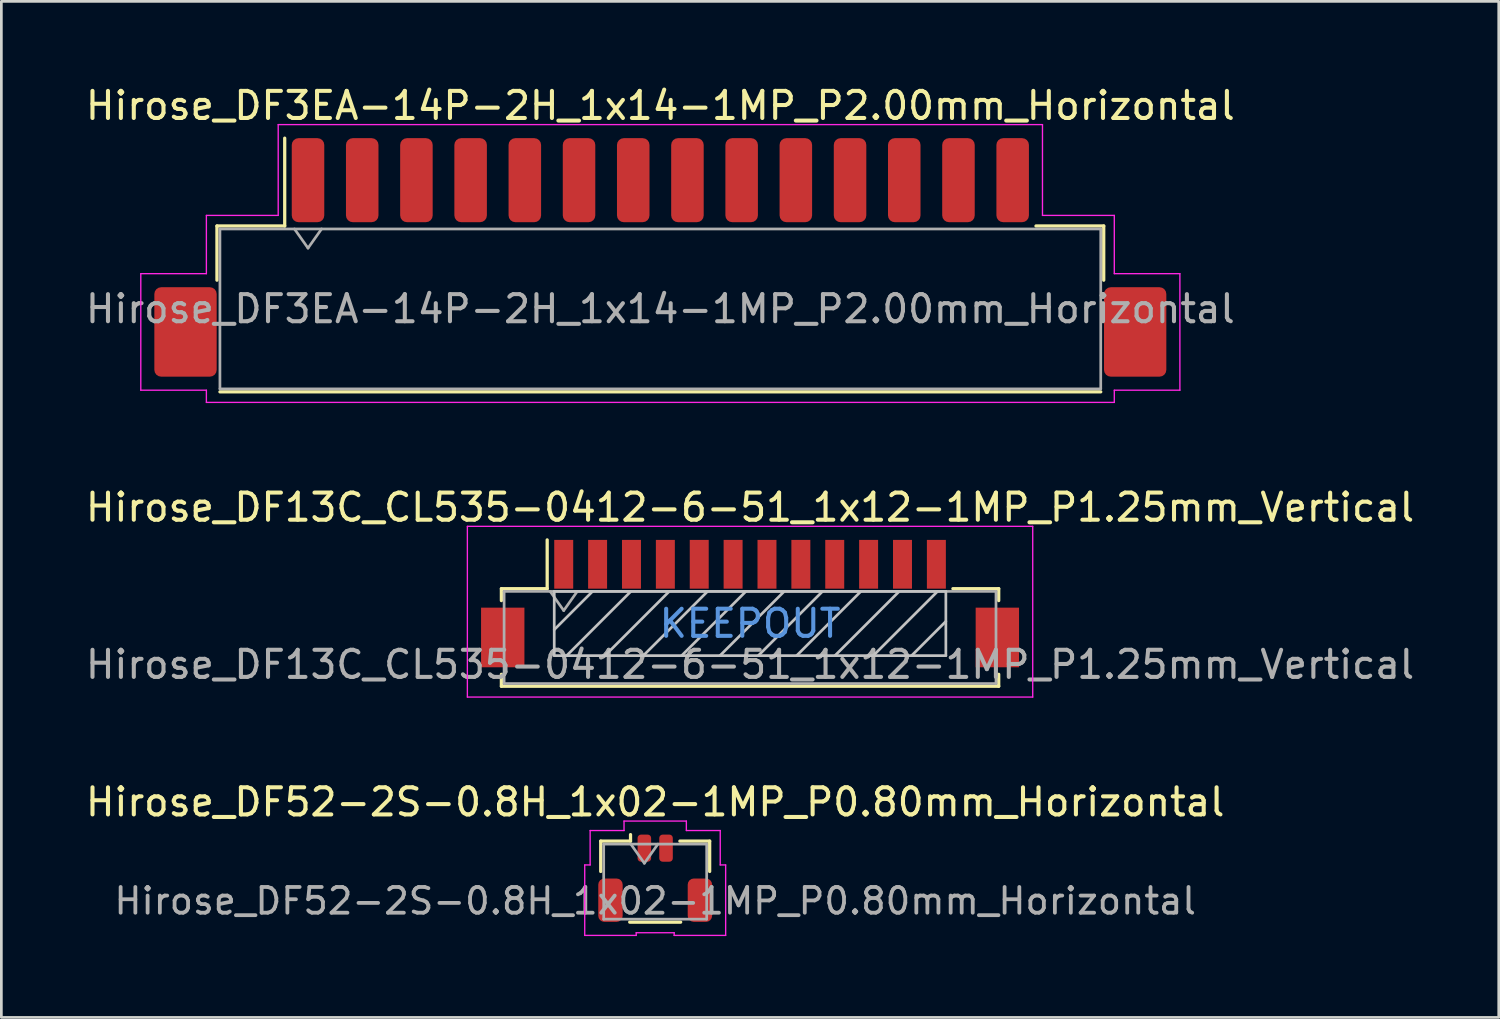
<source format=kicad_pcb>
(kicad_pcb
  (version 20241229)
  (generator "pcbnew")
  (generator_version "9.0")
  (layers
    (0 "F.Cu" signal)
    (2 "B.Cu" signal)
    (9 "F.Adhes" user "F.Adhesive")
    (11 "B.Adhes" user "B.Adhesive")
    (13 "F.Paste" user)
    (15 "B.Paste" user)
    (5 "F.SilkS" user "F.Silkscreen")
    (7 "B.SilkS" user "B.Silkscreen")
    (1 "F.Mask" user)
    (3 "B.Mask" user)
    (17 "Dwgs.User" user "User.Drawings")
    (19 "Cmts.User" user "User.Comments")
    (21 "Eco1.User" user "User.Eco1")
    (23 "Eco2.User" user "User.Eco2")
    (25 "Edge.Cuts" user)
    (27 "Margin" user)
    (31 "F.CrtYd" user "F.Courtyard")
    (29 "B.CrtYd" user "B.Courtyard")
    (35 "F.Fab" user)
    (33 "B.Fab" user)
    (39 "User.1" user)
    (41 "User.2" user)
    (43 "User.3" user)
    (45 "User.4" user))
  (footprint "Hirose_DF52-2S-0.8H_1x02-1MP_P0.80mm_Horizontal"
    (layer "F.Cu")
    (at 21.125 29.355)
    (property "Reference" "Hirose_DF52-2S-0.8H_1x02-1MP_P0.80mm_Horizontal" (at 0 -2.81 0) (layer "F.SilkS") (effects (font (size 1 1) (thickness 0.15))))
    (attr smd)
    (fp_line (start -2.01 -1.37) (end -0.91 -1.37) (stroke (width 0.12) (type solid)) (layer "F.SilkS"))
    (fp_line (start -2.01 -0.25) (end -2.01 -1.37) (stroke (width 0.12) (type solid)) (layer "F.SilkS"))
    (fp_line (start -0.94 1.62) (end 0.94 1.62) (stroke (width 0.12) (type solid)) (layer "F.SilkS"))
    (fp_line (start -0.91 -1.37) (end -0.91 -1.61) (stroke (width 0.12) (type solid)) (layer "F.SilkS"))
    (fp_line (start 2.01 -1.37) (end 0.91 -1.37) (stroke (width 0.12) (type solid)) (layer "F.SilkS"))
    (fp_line (start 2.01 -0.25) (end 2.01 -1.37) (stroke (width 0.12) (type solid)) (layer "F.SilkS"))
    (fp_line (start -2.6 -0.49) (end -2.4 -0.49) (stroke (width 0.05) (type solid)) (layer "F.CrtYd"))
    (fp_line (start -2.6 2.11) (end -2.6 -0.49) (stroke (width 0.05) (type solid)) (layer "F.CrtYd"))
    (fp_line (start -2.4 -1.76) (end -1.15 -1.76) (stroke (width 0.05) (type solid)) (layer "F.CrtYd"))
    (fp_line (start -2.4 -0.49) (end -2.4 -1.76) (stroke (width 0.05) (type solid)) (layer "F.CrtYd"))
    (fp_line (start -1.15 -2.11) (end 1.15 -2.11) (stroke (width 0.05) (type solid)) (layer "F.CrtYd"))
    (fp_line (start -1.15 -1.76) (end -1.15 -2.11) (stroke (width 0.05) (type solid)) (layer "F.CrtYd"))
    (fp_line (start -0.7 2.01) (end -0.7 2.11) (stroke (width 0.05) (type solid)) (layer "F.CrtYd"))
    (fp_line (start -0.7 2.11) (end -2.6 2.11) (stroke (width 0.05) (type solid)) (layer "F.CrtYd"))
    (fp_line (start 0.7 2.01) (end -0.7 2.01) (stroke (width 0.05) (type solid)) (layer "F.CrtYd"))
    (fp_line (start 0.7 2.11) (end 0.7 2.01) (stroke (width 0.05) (type solid)) (layer "F.CrtYd"))
    (fp_line (start 1.15 -2.11) (end 1.15 -1.76) (stroke (width 0.05) (type solid)) (layer "F.CrtYd"))
    (fp_line (start 1.15 -1.76) (end 2.4 -1.76) (stroke (width 0.05) (type solid)) (layer "F.CrtYd"))
    (fp_line (start 2.4 -1.76) (end 2.4 -0.49) (stroke (width 0.05) (type solid)) (layer "F.CrtYd"))
    (fp_line (start 2.4 -0.49) (end 2.6 -0.49) (stroke (width 0.05) (type solid)) (layer "F.CrtYd"))
    (fp_line (start 2.6 -0.49) (end 2.6 2.11) (stroke (width 0.05) (type solid)) (layer "F.CrtYd"))
    (fp_line (start 2.6 2.11) (end 0.7 2.11) (stroke (width 0.05) (type solid)) (layer "F.CrtYd"))
    (fp_line (start -1.9 -1.26) (end -1.9 1.51) (stroke (width 0.1) (type solid)) (layer "F.Fab"))
    (fp_line (start -1.9 -1.26) (end 1.9 -1.26) (stroke (width 0.1) (type solid)) (layer "F.Fab"))
    (fp_line (start -1.9 1.51) (end 1.9 1.51) (stroke (width 0.1) (type solid)) (layer "F.Fab"))
    (fp_line (start -0.9 -1.26) (end -0.4 -0.553) (stroke (width 0.1) (type solid)) (layer "F.Fab"))
    (fp_line (start -0.4 -0.553) (end 0.1 -1.26) (stroke (width 0.1) (type solid)) (layer "F.Fab"))
    (fp_line (start 1.9 -1.26) (end 1.9 1.51) (stroke (width 0.1) (type solid)) (layer "F.Fab"))
    (fp_text user "${REFERENCE}" (at 0 0.84 0) (layer "F.Fab") (effects (font (size 0.95 0.95) (thickness 0.14))))
    (pad "1" smd roundrect (at -0.4 -1.11) (size 0.5 1) (layers "F.Cu" "F.Mask" "F.Paste") (roundrect_rratio 0.25))
    (pad "2" smd roundrect (at 0.4 -1.11) (size 0.5 1) (layers "F.Cu" "F.Mask" "F.Paste") (roundrect_rratio 0.25))
    (pad "MP" smd roundrect (at -1.65 0.81) (size 0.9 1.6) (layers "F.Cu" "F.Mask" "F.Paste") (roundrect_rratio 0.25))
    (pad "MP" smd roundrect (at 1.65 0.81) (size 0.9 1.6) (layers "F.Cu" "F.Mask" "F.Paste") (roundrect_rratio 0.25)))
  (footprint "Hirose_DF3EA-14P-2H_1x14-1MP_P2.00mm_Horizontal"
    (layer "F.Cu")
    (at 21.315 6.448)
    (property "Reference" "Hirose_DF3EA-14P-2H_1x14-1MP_P2.00mm_Horizontal" (at 0 -5.6 0) (layer "F.SilkS") (effects (font (size 1 1) (thickness 0.15))))
    (attr smd)
    (fp_line (start -16.36 -1.16) (end -13.86 -1.16) (stroke (width 0.12) (type solid)) (layer "F.SilkS"))
    (fp_line (start -16.36 0.84) (end -16.36 -1.16) (stroke (width 0.12) (type solid)) (layer "F.SilkS"))
    (fp_line (start -16.25 4.96) (end 16.25 4.96) (stroke (width 0.12) (type solid)) (layer "F.SilkS"))
    (fp_line (start -13.86 -1.16) (end -13.86 -4.4) (stroke (width 0.12) (type solid)) (layer "F.SilkS"))
    (fp_line (start 16.36 -1.16) (end 13.86 -1.16) (stroke (width 0.12) (type solid)) (layer "F.SilkS"))
    (fp_line (start 16.36 0.84) (end 16.36 -1.16) (stroke (width 0.12) (type solid)) (layer "F.SilkS"))
    (fp_line (start -19.17 0.6) (end -16.75 0.6) (stroke (width 0.05) (type solid)) (layer "F.CrtYd"))
    (fp_line (start -19.17 4.9) (end -19.17 0.6) (stroke (width 0.05) (type solid)) (layer "F.CrtYd"))
    (fp_line (start -16.75 -1.55) (end -14.1 -1.55) (stroke (width 0.05) (type solid)) (layer "F.CrtYd"))
    (fp_line (start -16.75 0.6) (end -16.75 -1.55) (stroke (width 0.05) (type solid)) (layer "F.CrtYd"))
    (fp_line (start -16.75 4.9) (end -19.17 4.9) (stroke (width 0.05) (type solid)) (layer "F.CrtYd"))
    (fp_line (start -16.75 5.35) (end -16.75 4.9) (stroke (width 0.05) (type solid)) (layer "F.CrtYd"))
    (fp_line (start -14.1 -4.9) (end 14.1 -4.9) (stroke (width 0.05) (type solid)) (layer "F.CrtYd"))
    (fp_line (start -14.1 -1.55) (end -14.1 -4.9) (stroke (width 0.05) (type solid)) (layer "F.CrtYd"))
    (fp_line (start 14.1 -4.9) (end 14.1 -1.55) (stroke (width 0.05) (type solid)) (layer "F.CrtYd"))
    (fp_line (start 14.1 -1.55) (end 16.75 -1.55) (stroke (width 0.05) (type solid)) (layer "F.CrtYd"))
    (fp_line (start 16.75 -1.55) (end 16.75 0.6) (stroke (width 0.05) (type solid)) (layer "F.CrtYd"))
    (fp_line (start 16.75 0.6) (end 19.17 0.6) (stroke (width 0.05) (type solid)) (layer "F.CrtYd"))
    (fp_line (start 16.75 4.9) (end 16.75 5.35) (stroke (width 0.05) (type solid)) (layer "F.CrtYd"))
    (fp_line (start 16.75 5.35) (end -16.75 5.35) (stroke (width 0.05) (type solid)) (layer "F.CrtYd"))
    (fp_line (start 19.17 0.6) (end 19.17 4.9) (stroke (width 0.05) (type solid)) (layer "F.CrtYd"))
    (fp_line (start 19.17 4.9) (end 16.75 4.9) (stroke (width 0.05) (type solid)) (layer "F.CrtYd"))
    (fp_line (start -16.25 -1.05) (end -16.25 4.85) (stroke (width 0.1) (type solid)) (layer "F.Fab"))
    (fp_line (start -16.25 -1.05) (end 16.25 -1.05) (stroke (width 0.1) (type solid)) (layer "F.Fab"))
    (fp_line (start -16.25 4.85) (end 16.25 4.85) (stroke (width 0.1) (type solid)) (layer "F.Fab"))
    (fp_line (start -13.5 -1.05) (end -13 -0.343) (stroke (width 0.1) (type solid)) (layer "F.Fab"))
    (fp_line (start -13 -0.343) (end -12.5 -1.05) (stroke (width 0.1) (type solid)) (layer "F.Fab"))
    (fp_line (start 16.25 -1.05) (end 16.25 4.85) (stroke (width 0.1) (type solid)) (layer "F.Fab"))
    (fp_text user "${REFERENCE}" (at 0 1.9 0) (layer "F.Fab") (effects (font (size 1 1) (thickness 0.15))))
    (pad "1" smd roundrect (at -13 -2.85) (size 1.2 3.1) (layers "F.Cu" "F.Mask" "F.Paste") (roundrect_rratio 0.208))
    (pad "2" smd roundrect (at -11 -2.85) (size 1.2 3.1) (layers "F.Cu" "F.Mask" "F.Paste") (roundrect_rratio 0.208))
    (pad "3" smd roundrect (at -9 -2.85) (size 1.2 3.1) (layers "F.Cu" "F.Mask" "F.Paste") (roundrect_rratio 0.208))
    (pad "4" smd roundrect (at -7 -2.85) (size 1.2 3.1) (layers "F.Cu" "F.Mask" "F.Paste") (roundrect_rratio 0.208))
    (pad "5" smd roundrect (at -5 -2.85) (size 1.2 3.1) (layers "F.Cu" "F.Mask" "F.Paste") (roundrect_rratio 0.208))
    (pad "6" smd roundrect (at -3 -2.85) (size 1.2 3.1) (layers "F.Cu" "F.Mask" "F.Paste") (roundrect_rratio 0.208))
    (pad "7" smd roundrect (at -1 -2.85) (size 1.2 3.1) (layers "F.Cu" "F.Mask" "F.Paste") (roundrect_rratio 0.208))
    (pad "8" smd roundrect (at 1 -2.85) (size 1.2 3.1) (layers "F.Cu" "F.Mask" "F.Paste") (roundrect_rratio 0.208))
    (pad "9" smd roundrect (at 3 -2.85) (size 1.2 3.1) (layers "F.Cu" "F.Mask" "F.Paste") (roundrect_rratio 0.208))
    (pad "10" smd roundrect (at 5 -2.85) (size 1.2 3.1) (layers "F.Cu" "F.Mask" "F.Paste") (roundrect_rratio 0.208))
    (pad "11" smd roundrect (at 7 -2.85) (size 1.2 3.1) (layers "F.Cu" "F.Mask" "F.Paste") (roundrect_rratio 0.208))
    (pad "12" smd roundrect (at 9 -2.85) (size 1.2 3.1) (layers "F.Cu" "F.Mask" "F.Paste") (roundrect_rratio 0.208))
    (pad "13" smd roundrect (at 11 -2.85) (size 1.2 3.1) (layers "F.Cu" "F.Mask" "F.Paste") (roundrect_rratio 0.208))
    (pad "14" smd roundrect (at 13 -2.85) (size 1.2 3.1) (layers "F.Cu" "F.Mask" "F.Paste") (roundrect_rratio 0.208))
    (pad "MP" smd roundrect (at -17.52 2.75) (size 2.3 3.3) (layers "F.Cu" "F.Mask" "F.Paste") (roundrect_rratio 0.109))
    (pad "MP" smd roundrect (at 17.52 2.75) (size 2.3 3.3) (layers "F.Cu" "F.Mask" "F.Paste") (roundrect_rratio 0.109)))
  (footprint "Hirose_DF13C_CL535-0412-6-51_1x12-1MP_P1.25mm_Vertical"
    (layer "F.Cu")
    (at 24.625 19.221)
    (property "Reference" "Hirose_DF13C_CL535-0412-6-51_1x12-1MP_P1.25mm_Vertical" (at 0 -3.55 0) (layer "F.SilkS") (effects (font (size 1 1) (thickness 0.15))))
    (attr smd)
    (fp_line (start -9.175 -0.55) (end -9.175 -0.11) (stroke (width 0.12) (type solid)) (layer "F.SilkS"))
    (fp_line (start -9.175 2.61) (end -9.175 3.05) (stroke (width 0.12) (type solid)) (layer "F.SilkS"))
    (fp_line (start -9.175 3.05) (end 9.175 3.05) (stroke (width 0.12) (type solid)) (layer "F.SilkS"))
    (fp_line (start -7.485 -0.55) (end -9.175 -0.55) (stroke (width 0.12) (type solid)) (layer "F.SilkS"))
    (fp_line (start -7.485 -0.55) (end -7.485 -2.35) (stroke (width 0.12) (type solid)) (layer "F.SilkS"))
    (fp_line (start 7.485 -0.55) (end 9.175 -0.55) (stroke (width 0.12) (type solid)) (layer "F.SilkS"))
    (fp_line (start 9.175 -0.55) (end 9.175 -0.11) (stroke (width 0.12) (type solid)) (layer "F.SilkS"))
    (fp_line (start 9.175 3.05) (end 9.175 2.61) (stroke (width 0.12) (type solid)) (layer "F.SilkS"))
    (fp_line (start -7.225 -0.45) (end -7.225 1.92) (stroke (width 0.1) (type solid)) (layer "Dwgs.User"))
    (fp_line (start -7.225 1.92) (end 7.225 1.92) (stroke (width 0.1) (type solid)) (layer "Dwgs.User"))
    (fp_line (start -5.811 -0.45) (end -7.225 0.964) (stroke (width 0.1) (type solid)) (layer "Dwgs.User"))
    (fp_line (start -4.397 -0.45) (end -6.767 1.92) (stroke (width 0.1) (type solid)) (layer "Dwgs.User"))
    (fp_line (start -2.982 -0.45) (end -5.352 1.92) (stroke (width 0.1) (type solid)) (layer "Dwgs.User"))
    (fp_line (start -1.568 -0.45) (end -3.938 1.92) (stroke (width 0.1) (type solid)) (layer "Dwgs.User"))
    (fp_line (start -0.154 -0.45) (end -2.524 1.92) (stroke (width 0.1) (type solid)) (layer "Dwgs.User"))
    (fp_line (start 1.26 -0.45) (end -1.11 1.92) (stroke (width 0.1) (type solid)) (layer "Dwgs.User"))
    (fp_line (start 2.674 -0.45) (end 0.304 1.92) (stroke (width 0.1) (type solid)) (layer "Dwgs.User"))
    (fp_line (start 4.089 -0.45) (end 1.719 1.92) (stroke (width 0.1) (type solid)) (layer "Dwgs.User"))
    (fp_line (start 5.503 -0.45) (end 3.133 1.92) (stroke (width 0.1) (type solid)) (layer "Dwgs.User"))
    (fp_line (start 6.917 -0.45) (end 4.547 1.92) (stroke (width 0.1) (type solid)) (layer "Dwgs.User"))
    (fp_line (start 7.225 -0.45) (end -7.225 -0.45) (stroke (width 0.1) (type solid)) (layer "Dwgs.User"))
    (fp_line (start 7.225 0.656) (end 5.961 1.92) (stroke (width 0.1) (type solid)) (layer "Dwgs.User"))
    (fp_line (start 7.225 1.92) (end 7.225 -0.45) (stroke (width 0.1) (type solid)) (layer "Dwgs.User"))
    (fp_line (start -10.43 -2.85) (end -10.43 3.45) (stroke (width 0.05) (type solid)) (layer "F.CrtYd"))
    (fp_line (start -10.43 3.45) (end 10.43 3.45) (stroke (width 0.05) (type solid)) (layer "F.CrtYd"))
    (fp_line (start 10.43 -2.85) (end -10.43 -2.85) (stroke (width 0.05) (type solid)) (layer "F.CrtYd"))
    (fp_line (start 10.43 3.45) (end 10.43 -2.85) (stroke (width 0.05) (type solid)) (layer "F.CrtYd"))
    (fp_line (start -9.075 -0.45) (end -9.075 2.95) (stroke (width 0.1) (type solid)) (layer "F.Fab"))
    (fp_line (start -9.075 2.95) (end 9.075 2.95) (stroke (width 0.1) (type solid)) (layer "F.Fab"))
    (fp_line (start -7.375 -0.45) (end -6.875 0.257) (stroke (width 0.1) (type solid)) (layer "F.Fab"))
    (fp_line (start -6.875 0.257) (end -6.375 -0.45) (stroke (width 0.1) (type solid)) (layer "F.Fab"))
    (fp_line (start 9.075 -0.45) (end -9.075 -0.45) (stroke (width 0.1) (type solid)) (layer "F.Fab"))
    (fp_line (start 9.075 2.95) (end 9.075 -0.45) (stroke (width 0.1) (type solid)) (layer "F.Fab"))
    (fp_text user "KEEPOUT" (at 0 0.735 0) (layer "Cmts.User") (effects (font (size 1 1) (thickness 0.15))))
    (fp_text user "${REFERENCE}" (at 0 2.25 0) (layer "F.Fab") (effects (font (size 1 1) (thickness 0.15))))
    (pad "1" smd rect (at -6.875 -1.45) (size 0.7 1.8) (layers "F.Cu" "F.Mask" "F.Paste"))
    (pad "2" smd rect (at -5.625 -1.45) (size 0.7 1.8) (layers "F.Cu" "F.Mask" "F.Paste"))
    (pad "3" smd rect (at -4.375 -1.45) (size 0.7 1.8) (layers "F.Cu" "F.Mask" "F.Paste"))
    (pad "4" smd rect (at -3.125 -1.45) (size 0.7 1.8) (layers "F.Cu" "F.Mask" "F.Paste"))
    (pad "5" smd rect (at -1.875 -1.45) (size 0.7 1.8) (layers "F.Cu" "F.Mask" "F.Paste"))
    (pad "6" smd rect (at -0.625 -1.45) (size 0.7 1.8) (layers "F.Cu" "F.Mask" "F.Paste"))
    (pad "7" smd rect (at 0.625 -1.45) (size 0.7 1.8) (layers "F.Cu" "F.Mask" "F.Paste"))
    (pad "8" smd rect (at 1.875 -1.45) (size 0.7 1.8) (layers "F.Cu" "F.Mask" "F.Paste"))
    (pad "9" smd rect (at 3.125 -1.45) (size 0.7 1.8) (layers "F.Cu" "F.Mask" "F.Paste"))
    (pad "10" smd rect (at 4.375 -1.45) (size 0.7 1.8) (layers "F.Cu" "F.Mask" "F.Paste"))
    (pad "11" smd rect (at 5.625 -1.45) (size 0.7 1.8) (layers "F.Cu" "F.Mask" "F.Paste"))
    (pad "12" smd rect (at 6.875 -1.45) (size 0.7 1.8) (layers "F.Cu" "F.Mask" "F.Paste"))
    (pad "MP" smd rect (at -9.125 1.25) (size 1.6 2.2) (layers "F.Cu" "F.Mask" "F.Paste"))
    (pad "MP" smd rect (at 9.125 1.25) (size 1.6 2.2) (layers "F.Cu" "F.Mask" "F.Paste")))
  (gr_rect
    (start -3 -3)
    (end 52.25 34.49)
    (stroke (width 0.1) (type default))
    (fill no)
    (layer "Edge.Cuts")))
</source>
